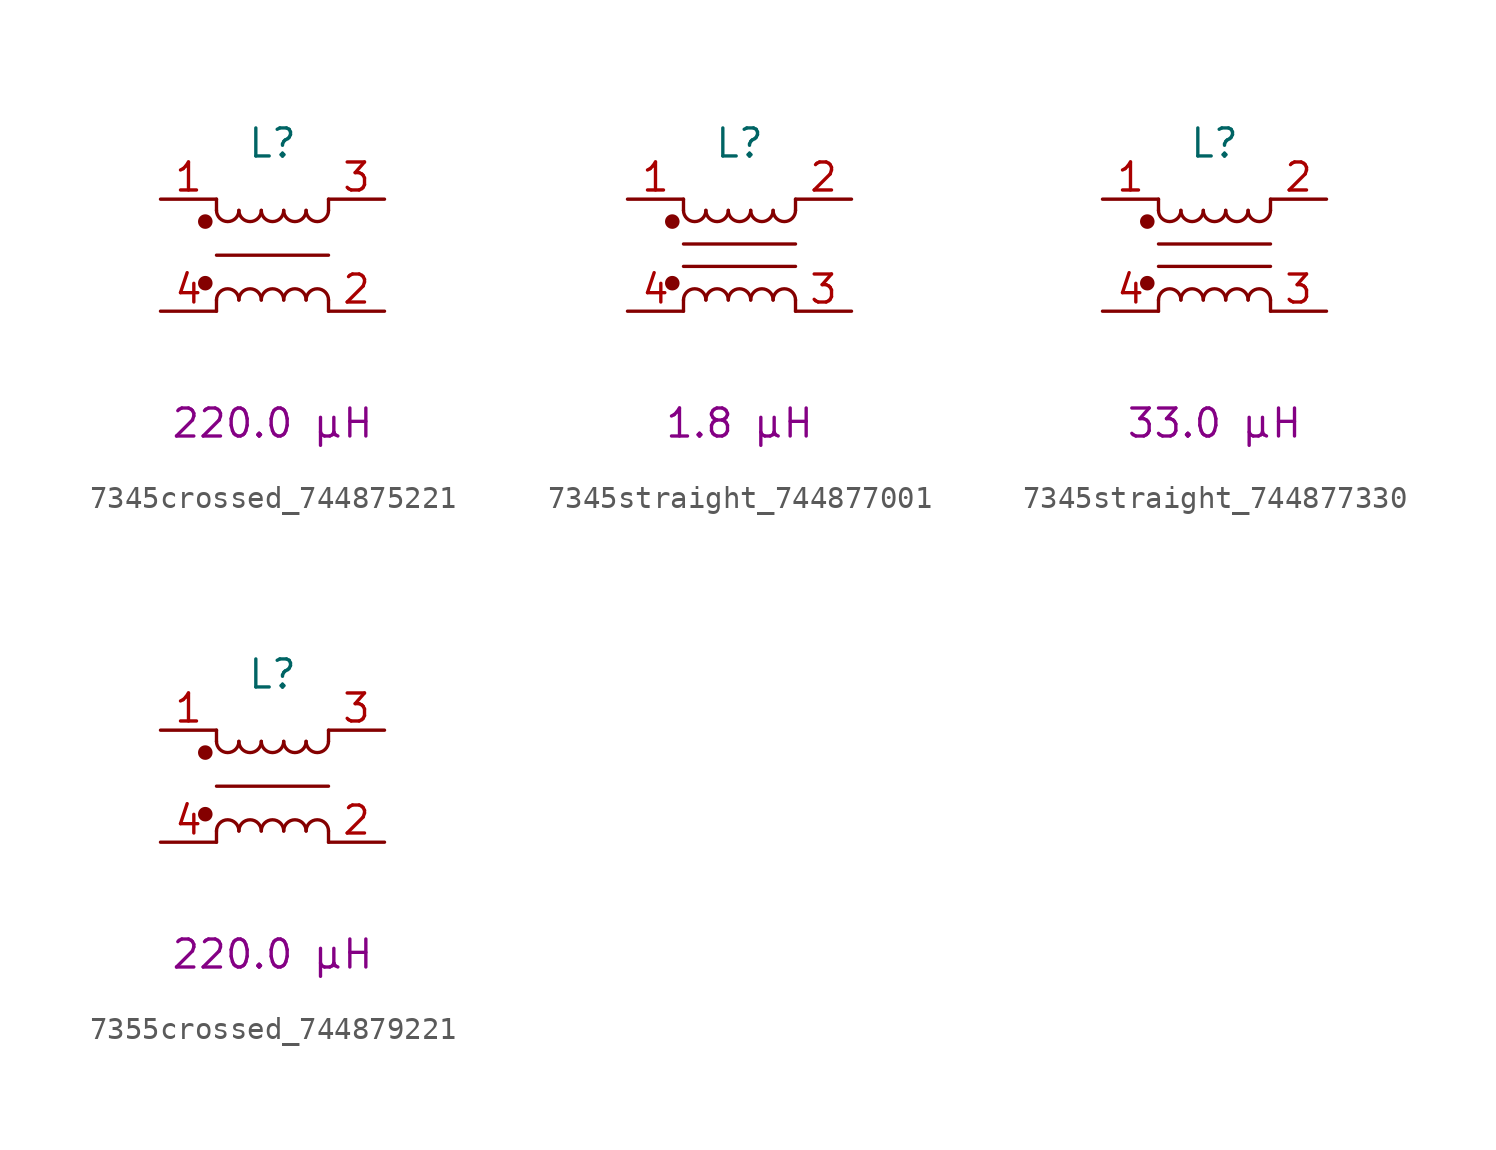
<source format=kicad_sym>
(kicad_symbol_lib
  (version 20220914)
  (generator kicad_symbol_editor)
  (symbol "7345crossed_744875221"
    (pin_names hide)
    (property "Reference" "L"
      (at 0 5.08 0)
      (effects (font (size 1.27 1.27))))
    (property "Critical Parameter" "220.0 µH"
      (at 0 -7.62 0)
      (effects (font (size 1.27 1.27))))
    (symbol "7345crossed_744875221_0_1"
      (circle (center -3.048 -1.27) (radius 0.254) (stroke (width 0) (type default)) (fill (type outline)))
      (circle (center -3.048 1.524) (radius 0.254) (stroke (width 0) (type default)) (fill (type outline)))
      (arc (start -2.54 2.032) (mid -2.032 1.5262) (end -1.524 2.032) (stroke (width 0) (type default)) (fill (type none)))
      (arc (start -1.524 -2.032) (mid -2.032 -1.5262) (end -2.54 -2.032) (stroke (width 0) (type default)) (fill (type none)))
      (arc (start -1.524 2.032) (mid -1.016 1.5262) (end -0.508 2.032) (stroke (width 0) (type default)) (fill (type none)))
      (arc (start -0.508 -2.032) (mid -1.016 -1.5262) (end -1.524 -2.032) (stroke (width 0) (type default)) (fill (type none)))
      (arc (start -0.508 2.032) (mid 0 1.5262) (end 0.508 2.032) (stroke (width 0) (type default)) (fill (type none)))
      (polyline (pts (xy -2.54 -2.032) (xy -2.54 -2.54)) (stroke (width 0) (type default)) (fill (type none)))
      (polyline (pts (xy -2.54 2.032) (xy -2.54 2.54)) (stroke (width 0) (type default)) (fill (type none)))
      (polyline (pts (xy 2.54 -2.032) (xy 2.54 -2.54)) (stroke (width 0) (type default)) (fill (type none)))
      (polyline (pts (xy 2.54 0) (xy -2.54 0)) (stroke (width 0) (type default)) (fill (type none)))
      (polyline (pts (xy 2.54 2.54) (xy 2.54 2.032)) (stroke (width 0) (type default)) (fill (type none)))
      (arc (start 0.508 -2.032) (mid 0 -1.5262) (end -0.508 -2.032) (stroke (width 0) (type default)) (fill (type none)))
      (arc (start 0.508 2.032) (mid 1.016 1.5262) (end 1.524 2.032) (stroke (width 0) (type default)) (fill (type none)))
      (arc (start 1.524 -2.032) (mid 1.016 -1.5262) (end 0.508 -2.032) (stroke (width 0) (type default)) (fill (type none)))
      (arc (start 1.524 2.032) (mid 2.032 1.5262) (end 2.54 2.032) (stroke (width 0) (type default)) (fill (type none)))
      (arc (start 2.54 -2.032) (mid 2.032 -1.5262) (end 1.524 -2.032) (stroke (width 0) (type default)) (fill (type none))))
    (symbol "7345crossed_744875221_1_1"
      (pin passive line (at -5.08 2.54 0) (length 2.54) (name "1" (effects (font (size 1.27 1.27)))) (number "1" (effects (font (size 1.27 1.27)))))
      (pin passive line (at -5.08 -2.54 0) (length 2.54) (name "4" (effects (font (size 1.27 1.27)))) (number "4" (effects (font (size 1.27 1.27)))))
      (pin passive line (at 5.08 -2.54 180) (length 2.54) (name "2" (effects (font (size 1.27 1.27)))) (number "2" (effects (font (size 1.27 1.27)))))
      (pin passive line (at 5.08 2.54 180) (length 2.54) (name "3" (effects (font (size 1.27 1.27)))) (number "3" (effects (font (size 1.27 1.27)))))))
  (symbol "7345straight_744877001"
    (pin_names hide)
    (property "Reference" "L"
      (at 0 5.08 0)
      (effects (font (size 1.27 1.27))))
    (property "Critical Parameter" "1.8 µH"
      (at 0 -7.62 0)
      (effects (font (size 1.27 1.27))))
    (symbol "7345straight_744877001_0_1"
      (circle (center -3.048 -1.27) (radius 0.254) (stroke (width 0) (type default)) (fill (type outline)))
      (circle (center -3.048 1.524) (radius 0.254) (stroke (width 0) (type default)) (fill (type outline)))
      (arc (start -2.54 2.032) (mid -2.032 1.5262) (end -1.524 2.032) (stroke (width 0) (type default)) (fill (type none)))
      (arc (start -1.524 -2.032) (mid -2.032 -1.5262) (end -2.54 -2.032) (stroke (width 0) (type default)) (fill (type none)))
      (arc (start -1.524 2.032) (mid -1.016 1.5262) (end -0.508 2.032) (stroke (width 0) (type default)) (fill (type none)))
      (arc (start -0.508 -2.032) (mid -1.016 -1.5262) (end -1.524 -2.032) (stroke (width 0) (type default)) (fill (type none)))
      (arc (start -0.508 2.032) (mid 0 1.5262) (end 0.508 2.032) (stroke (width 0) (type default)) (fill (type none)))
      (polyline (pts (xy -2.54 -2.032) (xy -2.54 -2.54)) (stroke (width 0) (type default)) (fill (type none)))
      (polyline (pts (xy -2.54 0.508) (xy 2.54 0.508)) (stroke (width 0) (type default)) (fill (type none)))
      (polyline (pts (xy -2.54 2.032) (xy -2.54 2.54)) (stroke (width 0) (type default)) (fill (type none)))
      (polyline (pts (xy 2.54 -2.032) (xy 2.54 -2.54)) (stroke (width 0) (type default)) (fill (type none)))
      (polyline (pts (xy 2.54 -0.508) (xy -2.54 -0.508)) (stroke (width 0) (type default)) (fill (type none)))
      (polyline (pts (xy 2.54 2.54) (xy 2.54 2.032)) (stroke (width 0) (type default)) (fill (type none)))
      (arc (start 0.508 -2.032) (mid 0 -1.5262) (end -0.508 -2.032) (stroke (width 0) (type default)) (fill (type none)))
      (arc (start 0.508 2.032) (mid 1.016 1.5262) (end 1.524 2.032) (stroke (width 0) (type default)) (fill (type none)))
      (arc (start 1.524 -2.032) (mid 1.016 -1.5262) (end 0.508 -2.032) (stroke (width 0) (type default)) (fill (type none)))
      (arc (start 1.524 2.032) (mid 2.032 1.5262) (end 2.54 2.032) (stroke (width 0) (type default)) (fill (type none)))
      (arc (start 2.54 -2.032) (mid 2.032 -1.5262) (end 1.524 -2.032) (stroke (width 0) (type default)) (fill (type none))))
    (symbol "7345straight_744877001_1_1"
      (pin passive line (at -5.08 2.54 0) (length 2.54) (name "1" (effects (font (size 1.27 1.27)))) (number "1" (effects (font (size 1.27 1.27)))))
      (pin passive line (at 5.08 2.54 180) (length 2.54) (name "2" (effects (font (size 1.27 1.27)))) (number "2" (effects (font (size 1.27 1.27)))))
      (pin passive line (at 5.08 -2.54 180) (length 2.54) (name "3" (effects (font (size 1.27 1.27)))) (number "3" (effects (font (size 1.27 1.27)))))
      (pin passive line (at -5.08 -2.54 0) (length 2.54) (name "4" (effects (font (size 1.27 1.27)))) (number "4" (effects (font (size 1.27 1.27)))))))
  (symbol "7345straight_744877330"
    (pin_names hide)
    (property "Reference" "L"
      (at 0 5.08 0)
      (effects (font (size 1.27 1.27))))
    (property "Critical Parameter" "33.0 µH"
      (at 0 -7.62 0)
      (effects (font (size 1.27 1.27))))
    (symbol "7345straight_744877330_0_1"
      (circle (center -3.048 -1.27) (radius 0.254) (stroke (width 0) (type default)) (fill (type outline)))
      (circle (center -3.048 1.524) (radius 0.254) (stroke (width 0) (type default)) (fill (type outline)))
      (arc (start -2.54 2.032) (mid -2.032 1.5262) (end -1.524 2.032) (stroke (width 0) (type default)) (fill (type none)))
      (arc (start -1.524 -2.032) (mid -2.032 -1.5262) (end -2.54 -2.032) (stroke (width 0) (type default)) (fill (type none)))
      (arc (start -1.524 2.032) (mid -1.016 1.5262) (end -0.508 2.032) (stroke (width 0) (type default)) (fill (type none)))
      (arc (start -0.508 -2.032) (mid -1.016 -1.5262) (end -1.524 -2.032) (stroke (width 0) (type default)) (fill (type none)))
      (arc (start -0.508 2.032) (mid 0 1.5262) (end 0.508 2.032) (stroke (width 0) (type default)) (fill (type none)))
      (polyline (pts (xy -2.54 -2.032) (xy -2.54 -2.54)) (stroke (width 0) (type default)) (fill (type none)))
      (polyline (pts (xy -2.54 0.508) (xy 2.54 0.508)) (stroke (width 0) (type default)) (fill (type none)))
      (polyline (pts (xy -2.54 2.032) (xy -2.54 2.54)) (stroke (width 0) (type default)) (fill (type none)))
      (polyline (pts (xy 2.54 -2.032) (xy 2.54 -2.54)) (stroke (width 0) (type default)) (fill (type none)))
      (polyline (pts (xy 2.54 -0.508) (xy -2.54 -0.508)) (stroke (width 0) (type default)) (fill (type none)))
      (polyline (pts (xy 2.54 2.54) (xy 2.54 2.032)) (stroke (width 0) (type default)) (fill (type none)))
      (arc (start 0.508 -2.032) (mid 0 -1.5262) (end -0.508 -2.032) (stroke (width 0) (type default)) (fill (type none)))
      (arc (start 0.508 2.032) (mid 1.016 1.5262) (end 1.524 2.032) (stroke (width 0) (type default)) (fill (type none)))
      (arc (start 1.524 -2.032) (mid 1.016 -1.5262) (end 0.508 -2.032) (stroke (width 0) (type default)) (fill (type none)))
      (arc (start 1.524 2.032) (mid 2.032 1.5262) (end 2.54 2.032) (stroke (width 0) (type default)) (fill (type none)))
      (arc (start 2.54 -2.032) (mid 2.032 -1.5262) (end 1.524 -2.032) (stroke (width 0) (type default)) (fill (type none))))
    (symbol "7345straight_744877330_1_1"
      (pin passive line (at -5.08 2.54 0) (length 2.54) (name "1" (effects (font (size 1.27 1.27)))) (number "1" (effects (font (size 1.27 1.27)))))
      (pin passive line (at 5.08 2.54 180) (length 2.54) (name "2" (effects (font (size 1.27 1.27)))) (number "2" (effects (font (size 1.27 1.27)))))
      (pin passive line (at 5.08 -2.54 180) (length 2.54) (name "3" (effects (font (size 1.27 1.27)))) (number "3" (effects (font (size 1.27 1.27)))))
      (pin passive line (at -5.08 -2.54 0) (length 2.54) (name "4" (effects (font (size 1.27 1.27)))) (number "4" (effects (font (size 1.27 1.27)))))))
  (symbol "7355crossed_744879221"
    (pin_names hide)
    (property "Reference" "L"
      (at 0 5.08 0)
      (effects (font (size 1.27 1.27))))
    (property "Critical Parameter" "220.0 µH"
      (at 0 -7.62 0)
      (effects (font (size 1.27 1.27))))
    (symbol "7355crossed_744879221_0_1"
      (circle (center -3.048 -1.27) (radius 0.254) (stroke (width 0) (type default)) (fill (type outline)))
      (circle (center -3.048 1.524) (radius 0.254) (stroke (width 0) (type default)) (fill (type outline)))
      (arc (start -2.54 2.032) (mid -2.032 1.5262) (end -1.524 2.032) (stroke (width 0) (type default)) (fill (type none)))
      (arc (start -1.524 -2.032) (mid -2.032 -1.5262) (end -2.54 -2.032) (stroke (width 0) (type default)) (fill (type none)))
      (arc (start -1.524 2.032) (mid -1.016 1.5262) (end -0.508 2.032) (stroke (width 0) (type default)) (fill (type none)))
      (arc (start -0.508 -2.032) (mid -1.016 -1.5262) (end -1.524 -2.032) (stroke (width 0) (type default)) (fill (type none)))
      (arc (start -0.508 2.032) (mid 0 1.5262) (end 0.508 2.032) (stroke (width 0) (type default)) (fill (type none)))
      (polyline (pts (xy -2.54 -2.032) (xy -2.54 -2.54)) (stroke (width 0) (type default)) (fill (type none)))
      (polyline (pts (xy -2.54 2.032) (xy -2.54 2.54)) (stroke (width 0) (type default)) (fill (type none)))
      (polyline (pts (xy 2.54 -2.032) (xy 2.54 -2.54)) (stroke (width 0) (type default)) (fill (type none)))
      (polyline (pts (xy 2.54 0) (xy -2.54 0)) (stroke (width 0) (type default)) (fill (type none)))
      (polyline (pts (xy 2.54 2.54) (xy 2.54 2.032)) (stroke (width 0) (type default)) (fill (type none)))
      (arc (start 0.508 -2.032) (mid 0 -1.5262) (end -0.508 -2.032) (stroke (width 0) (type default)) (fill (type none)))
      (arc (start 0.508 2.032) (mid 1.016 1.5262) (end 1.524 2.032) (stroke (width 0) (type default)) (fill (type none)))
      (arc (start 1.524 -2.032) (mid 1.016 -1.5262) (end 0.508 -2.032) (stroke (width 0) (type default)) (fill (type none)))
      (arc (start 1.524 2.032) (mid 2.032 1.5262) (end 2.54 2.032) (stroke (width 0) (type default)) (fill (type none)))
      (arc (start 2.54 -2.032) (mid 2.032 -1.5262) (end 1.524 -2.032) (stroke (width 0) (type default)) (fill (type none))))
    (symbol "7355crossed_744879221_1_1"
      (pin passive line (at -5.08 2.54 0) (length 2.54) (name "1" (effects (font (size 1.27 1.27)))) (number "1" (effects (font (size 1.27 1.27)))))
      (pin passive line (at -5.08 -2.54 0) (length 2.54) (name "4" (effects (font (size 1.27 1.27)))) (number "4" (effects (font (size 1.27 1.27)))))
      (pin passive line (at 5.08 -2.54 180) (length 2.54) (name "2" (effects (font (size 1.27 1.27)))) (number "2" (effects (font (size 1.27 1.27)))))
      (pin passive line (at 5.08 2.54 180) (length 2.54) (name "3" (effects (font (size 1.27 1.27)))) (number "3" (effects (font (size 1.27 1.27))))))))
</source>
